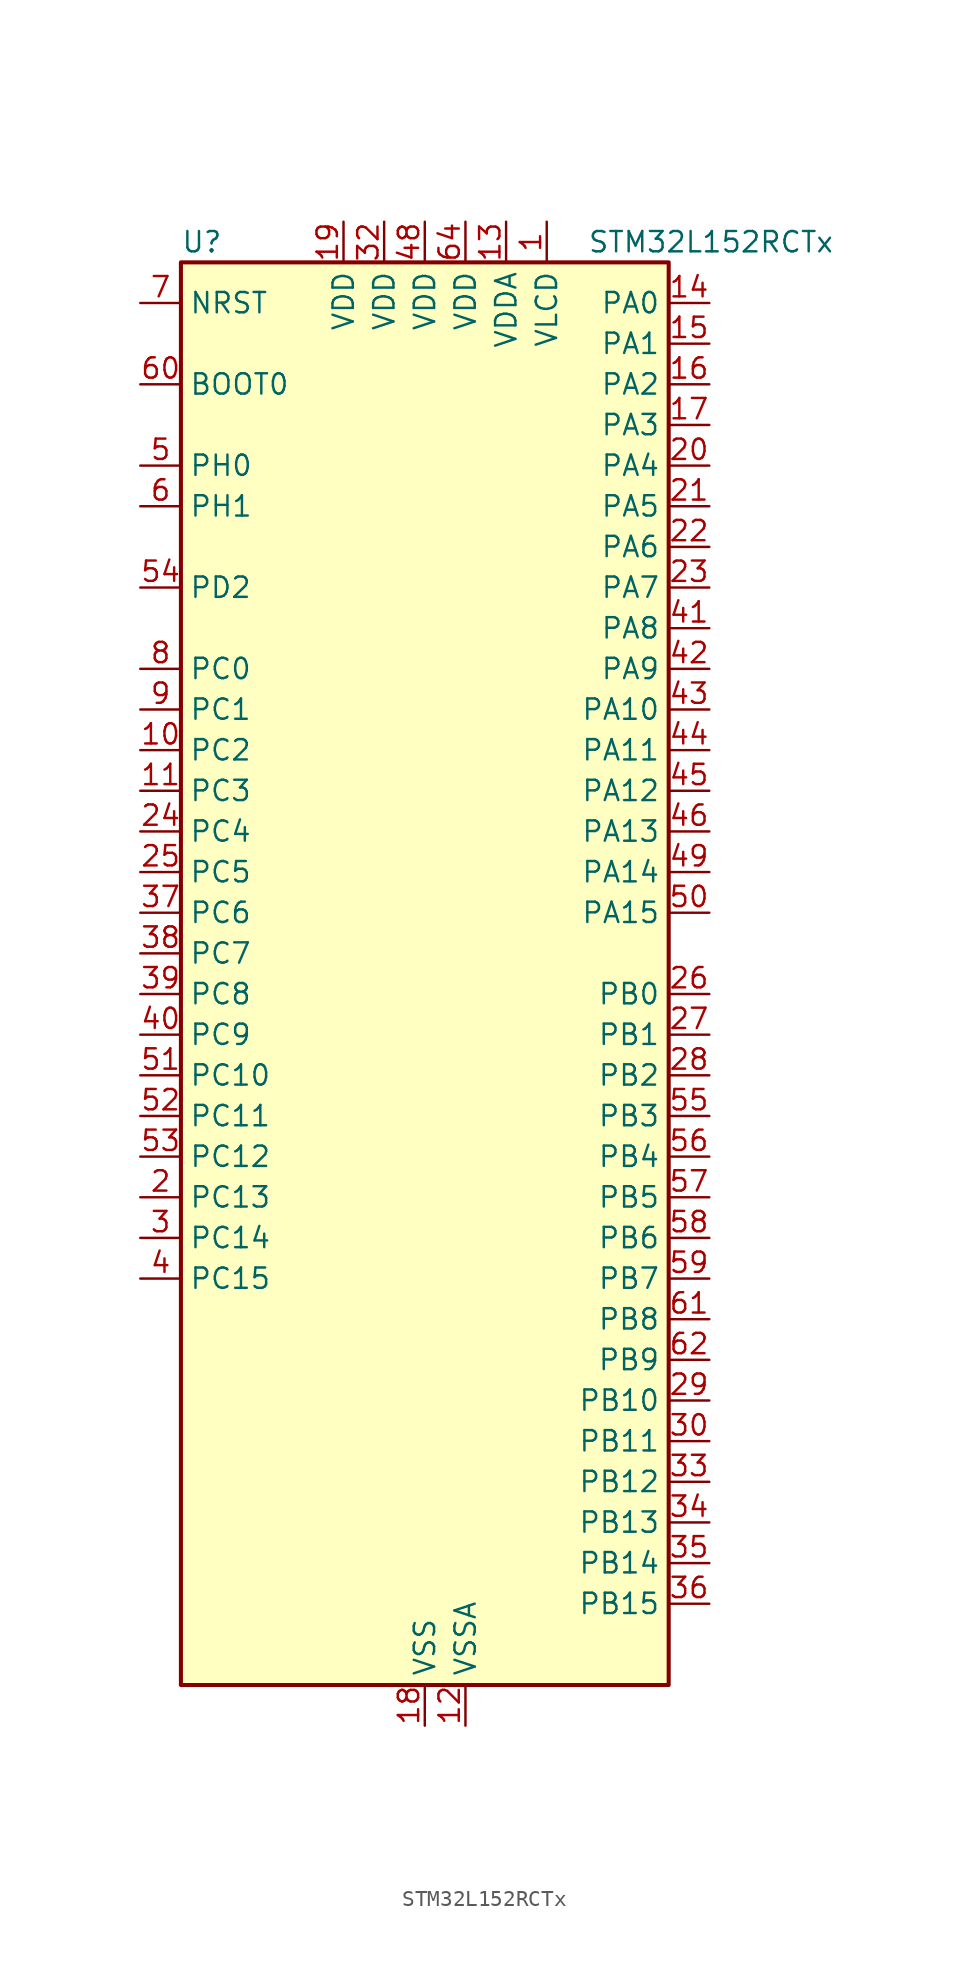
<source format=kicad_sym>
(kicad_symbol_lib
  (version 20231120)
  (generator "kicad-library-utils")
  (generator_version "8.0")
  (symbol "STM32L152RCTx"
    (property "Reference" "U"
      (at -15.24 46.99 0)
      (effects (font (size 1.27 1.27)) (justify left)))
    (property "Value" "STM32L152RCTx"
      (at 10.16 46.99 0)
      (effects (font (size 1.27 1.27)) (justify left)))
    (symbol "STM32L152RCTx_0_1"
      (rectangle (start -15.24 -43.18) (end 15.24 45.72) (stroke (width 0.254) (type default)) (fill (type background))))
    (symbol "STM32L152RCTx_1_1"
      (pin power_in line (at 7.62 48.26 270) (length 2.54) (name "VLCD" (effects (font (size 1.27 1.27)))) (number "1" (effects (font (size 1.27 1.27)))))
      (pin bidirectional line (at -17.78 15.24 0) (length 2.54) (name "PC2" (effects (font (size 1.27 1.27)))) (number "10" (effects (font (size 1.27 1.27)))) (alternate "ADC_IN12" bidirectional line) (alternate "COMP1_INP" bidirectional line) (alternate "LCD_SEG20" bidirectional line) (alternate "TIMX_IC3" bidirectional line) (alternate "TS_G8_IO3" bidirectional line))
      (pin bidirectional line (at -17.78 12.7 0) (length 2.54) (name "PC3" (effects (font (size 1.27 1.27)))) (number "11" (effects (font (size 1.27 1.27)))) (alternate "ADC_IN13" bidirectional line) (alternate "COMP1_INP" bidirectional line) (alternate "LCD_SEG21" bidirectional line) (alternate "TIMX_IC4" bidirectional line) (alternate "TS_G8_IO4" bidirectional line))
      (pin power_in line (at 2.54 -45.72 90) (length 2.54) (name "VSSA" (effects (font (size 1.27 1.27)))) (number "12" (effects (font (size 1.27 1.27)))))
      (pin power_in line (at 5.08 48.26 270) (length 2.54) (name "VDDA" (effects (font (size 1.27 1.27)))) (number "13" (effects (font (size 1.27 1.27)))))
      (pin bidirectional line (at 17.78 43.18 180) (length 2.54) (name "PA0" (effects (font (size 1.27 1.27)))) (number "14" (effects (font (size 1.27 1.27)))) (alternate "ADC_IN0" bidirectional line) (alternate "COMP1_INP" bidirectional line) (alternate "RTC_TAMP2" bidirectional line) (alternate "SYS_WKUP1" bidirectional line) (alternate "TIM2_CH1" bidirectional line) (alternate "TIM2_ETR" bidirectional line) (alternate "TIM5_CH1" bidirectional line) (alternate "TIMX_IC1" bidirectional line) (alternate "TS_G1_IO1" bidirectional line) (alternate "USART2_CTS" bidirectional line))
      (pin bidirectional line (at 17.78 40.64 180) (length 2.54) (name "PA1" (effects (font (size 1.27 1.27)))) (number "15" (effects (font (size 1.27 1.27)))) (alternate "ADC_IN1" bidirectional line) (alternate "COMP1_INP" bidirectional line) (alternate "LCD_SEG0" bidirectional line) (alternate "OPAMP1_VINP" bidirectional line) (alternate "TIM2_CH2" bidirectional line) (alternate "TIM5_CH2" bidirectional line) (alternate "TIMX_IC2" bidirectional line) (alternate "TS_G1_IO2" bidirectional line) (alternate "USART2_RTS" bidirectional line))
      (pin bidirectional line (at 17.78 38.1 180) (length 2.54) (name "PA2" (effects (font (size 1.27 1.27)))) (number "16" (effects (font (size 1.27 1.27)))) (alternate "ADC_IN2" bidirectional line) (alternate "COMP1_INP" bidirectional line) (alternate "LCD_SEG1" bidirectional line) (alternate "OPAMP1_VINM" bidirectional line) (alternate "TIM2_CH3" bidirectional line) (alternate "TIM5_CH3" bidirectional line) (alternate "TIM9_CH1" bidirectional line) (alternate "TIMX_IC3" bidirectional line) (alternate "TS_G1_IO3" bidirectional line) (alternate "USART2_TX" bidirectional line))
      (pin bidirectional line (at 17.78 35.56 180) (length 2.54) (name "PA3" (effects (font (size 1.27 1.27)))) (number "17" (effects (font (size 1.27 1.27)))) (alternate "ADC_IN3" bidirectional line) (alternate "COMP1_INP" bidirectional line) (alternate "LCD_SEG2" bidirectional line) (alternate "OPAMP1_VOUT" bidirectional line) (alternate "TIM2_CH4" bidirectional line) (alternate "TIM5_CH4" bidirectional line) (alternate "TIM9_CH2" bidirectional line) (alternate "TIMX_IC4" bidirectional line) (alternate "TS_G1_IO4" bidirectional line) (alternate "USART2_RX" bidirectional line))
      (pin power_in line (at 0 -45.72 90) (length 2.54) (name "VSS" (effects (font (size 1.27 1.27)))) (number "18" (effects (font (size 1.27 1.27)))))
      (pin power_in line (at -5.08 48.26 270) (length 2.54) (name "VDD" (effects (font (size 1.27 1.27)))) (number "19" (effects (font (size 1.27 1.27)))))
      (pin bidirectional line (at -17.78 -12.7 0) (length 2.54) (name "PC13" (effects (font (size 1.27 1.27)))) (number "2" (effects (font (size 1.27 1.27)))) (alternate "RTC_OUT_ALARM" bidirectional line) (alternate "RTC_OUT_CALIB" bidirectional line) (alternate "RTC_TAMP1" bidirectional line) (alternate "RTC_TS" bidirectional line) (alternate "SYS_WKUP2" bidirectional line) (alternate "TIMX_IC2" bidirectional line))
      (pin bidirectional line (at 17.78 33.02 180) (length 2.54) (name "PA4" (effects (font (size 1.27 1.27)))) (number "20" (effects (font (size 1.27 1.27)))) (alternate "ADC_IN4" bidirectional line) (alternate "COMP1_INP" bidirectional line) (alternate "DAC_OUT1" bidirectional line) (alternate "I2S3_WS" bidirectional line) (alternate "SPI1_NSS" bidirectional line) (alternate "SPI3_NSS" bidirectional line) (alternate "TIMX_IC1" bidirectional line) (alternate "USART2_CK" bidirectional line))
      (pin bidirectional line (at 17.78 30.48 180) (length 2.54) (name "PA5" (effects (font (size 1.27 1.27)))) (number "21" (effects (font (size 1.27 1.27)))) (alternate "ADC_IN5" bidirectional line) (alternate "COMP1_INP" bidirectional line) (alternate "DAC_OUT2" bidirectional line) (alternate "SPI1_SCK" bidirectional line) (alternate "TIM2_CH1" bidirectional line) (alternate "TIM2_ETR" bidirectional line) (alternate "TIMX_IC2" bidirectional line))
      (pin bidirectional line (at 17.78 27.94 180) (length 2.54) (name "PA6" (effects (font (size 1.27 1.27)))) (number "22" (effects (font (size 1.27 1.27)))) (alternate "ADC_IN6" bidirectional line) (alternate "COMP1_INP" bidirectional line) (alternate "LCD_SEG3" bidirectional line) (alternate "OPAMP2_VINP" bidirectional line) (alternate "SPI1_MISO" bidirectional line) (alternate "TIM10_CH1" bidirectional line) (alternate "TIM3_CH1" bidirectional line) (alternate "TIMX_IC3" bidirectional line) (alternate "TS_G2_IO1" bidirectional line))
      (pin bidirectional line (at 17.78 25.4 180) (length 2.54) (name "PA7" (effects (font (size 1.27 1.27)))) (number "23" (effects (font (size 1.27 1.27)))) (alternate "ADC_IN7" bidirectional line) (alternate "COMP1_INP" bidirectional line) (alternate "LCD_SEG4" bidirectional line) (alternate "OPAMP2_VINM" bidirectional line) (alternate "SPI1_MOSI" bidirectional line) (alternate "TIM11_CH1" bidirectional line) (alternate "TIM3_CH2" bidirectional line) (alternate "TIMX_IC4" bidirectional line) (alternate "TS_G2_IO2" bidirectional line))
      (pin bidirectional line (at -17.78 10.16 0) (length 2.54) (name "PC4" (effects (font (size 1.27 1.27)))) (number "24" (effects (font (size 1.27 1.27)))) (alternate "ADC_IN14" bidirectional line) (alternate "COMP1_INP" bidirectional line) (alternate "LCD_SEG22" bidirectional line) (alternate "TIMX_IC1" bidirectional line) (alternate "TS_G9_IO1" bidirectional line))
      (pin bidirectional line (at -17.78 7.62 0) (length 2.54) (name "PC5" (effects (font (size 1.27 1.27)))) (number "25" (effects (font (size 1.27 1.27)))) (alternate "ADC_IN15" bidirectional line) (alternate "COMP1_INP" bidirectional line) (alternate "LCD_SEG23" bidirectional line) (alternate "TIMX_IC2" bidirectional line) (alternate "TS_G9_IO2" bidirectional line))
      (pin bidirectional line (at 17.78 0 180) (length 2.54) (name "PB0" (effects (font (size 1.27 1.27)))) (number "26" (effects (font (size 1.27 1.27)))) (alternate "ADC_IN8" bidirectional line) (alternate "COMP1_INP" bidirectional line) (alternate "LCD_SEG5" bidirectional line) (alternate "OPAMP2_VOUT" bidirectional line) (alternate "SYS_V_REF_OUT" bidirectional line) (alternate "TIM3_CH3" bidirectional line) (alternate "TS_G3_IO1" bidirectional line))
      (pin bidirectional line (at 17.78 -2.54 180) (length 2.54) (name "PB1" (effects (font (size 1.27 1.27)))) (number "27" (effects (font (size 1.27 1.27)))) (alternate "ADC_IN9" bidirectional line) (alternate "COMP1_INP" bidirectional line) (alternate "LCD_SEG6" bidirectional line) (alternate "SYS_V_REF_OUT" bidirectional line) (alternate "TIM3_CH4" bidirectional line) (alternate "TS_G3_IO2" bidirectional line))
      (pin bidirectional line (at 17.78 -5.08 180) (length 2.54) (name "PB2" (effects (font (size 1.27 1.27)))) (number "28" (effects (font (size 1.27 1.27)))) (alternate "TS_G3_IO3" bidirectional line))
      (pin bidirectional line (at 17.78 -25.4 180) (length 2.54) (name "PB10" (effects (font (size 1.27 1.27)))) (number "29" (effects (font (size 1.27 1.27)))) (alternate "I2C2_SCL" bidirectional line) (alternate "LCD_SEG10" bidirectional line) (alternate "TIM2_CH3" bidirectional line) (alternate "USART3_TX" bidirectional line))
      (pin bidirectional line (at -17.78 -15.24 0) (length 2.54) (name "PC14" (effects (font (size 1.27 1.27)))) (number "3" (effects (font (size 1.27 1.27)))) (alternate "RCC_OSC32_IN" bidirectional line) (alternate "TIMX_IC3" bidirectional line))
      (pin bidirectional line (at 17.78 -27.94 180) (length 2.54) (name "PB11" (effects (font (size 1.27 1.27)))) (number "30" (effects (font (size 1.27 1.27)))) (alternate "ADC_EXTI11" bidirectional line) (alternate "I2C2_SDA" bidirectional line) (alternate "LCD_SEG11" bidirectional line) (alternate "TIM2_CH4" bidirectional line) (alternate "USART3_RX" bidirectional line))
      (pin passive line (at 0 -45.72 90) (length 2.54) hide (name "VSS" (effects (font (size 1.27 1.27)))) (number "31" (effects (font (size 1.27 1.27)))))
      (pin power_in line (at -2.54 48.26 270) (length 2.54) (name "VDD" (effects (font (size 1.27 1.27)))) (number "32" (effects (font (size 1.27 1.27)))))
      (pin bidirectional line (at 17.78 -30.48 180) (length 2.54) (name "PB12" (effects (font (size 1.27 1.27)))) (number "33" (effects (font (size 1.27 1.27)))) (alternate "ADC_IN18" bidirectional line) (alternate "COMP1_INP" bidirectional line) (alternate "I2C2_SMBA" bidirectional line) (alternate "I2S2_WS" bidirectional line) (alternate "LCD_SEG12" bidirectional line) (alternate "SPI2_NSS" bidirectional line) (alternate "TIM10_CH1" bidirectional line) (alternate "TS_G7_IO1" bidirectional line) (alternate "USART3_CK" bidirectional line))
      (pin bidirectional line (at 17.78 -33.02 180) (length 2.54) (name "PB13" (effects (font (size 1.27 1.27)))) (number "34" (effects (font (size 1.27 1.27)))) (alternate "ADC_IN19" bidirectional line) (alternate "COMP1_INP" bidirectional line) (alternate "I2S2_CK" bidirectional line) (alternate "LCD_SEG13" bidirectional line) (alternate "SPI2_SCK" bidirectional line) (alternate "TIM9_CH1" bidirectional line) (alternate "TS_G7_IO2" bidirectional line) (alternate "USART3_CTS" bidirectional line))
      (pin bidirectional line (at 17.78 -35.56 180) (length 2.54) (name "PB14" (effects (font (size 1.27 1.27)))) (number "35" (effects (font (size 1.27 1.27)))) (alternate "ADC_IN20" bidirectional line) (alternate "COMP1_INP" bidirectional line) (alternate "LCD_SEG14" bidirectional line) (alternate "SPI2_MISO" bidirectional line) (alternate "TIM9_CH2" bidirectional line) (alternate "TS_G7_IO3" bidirectional line) (alternate "USART3_RTS" bidirectional line))
      (pin bidirectional line (at 17.78 -38.1 180) (length 2.54) (name "PB15" (effects (font (size 1.27 1.27)))) (number "36" (effects (font (size 1.27 1.27)))) (alternate "ADC_EXTI15" bidirectional line) (alternate "ADC_IN21" bidirectional line) (alternate "COMP1_INP" bidirectional line) (alternate "I2S2_SD" bidirectional line) (alternate "LCD_SEG15" bidirectional line) (alternate "RTC_REFIN" bidirectional line) (alternate "SPI2_MOSI" bidirectional line) (alternate "TIM11_CH1" bidirectional line) (alternate "TS_G7_IO4" bidirectional line))
      (pin bidirectional line (at -17.78 5.08 0) (length 2.54) (name "PC6" (effects (font (size 1.27 1.27)))) (number "37" (effects (font (size 1.27 1.27)))) (alternate "I2S2_MCK" bidirectional line) (alternate "LCD_SEG24" bidirectional line) (alternate "TIM3_CH1" bidirectional line) (alternate "TIMX_IC3" bidirectional line) (alternate "TS_G10_IO1" bidirectional line))
      (pin bidirectional line (at -17.78 2.54 0) (length 2.54) (name "PC7" (effects (font (size 1.27 1.27)))) (number "38" (effects (font (size 1.27 1.27)))) (alternate "I2S3_MCK" bidirectional line) (alternate "LCD_SEG25" bidirectional line) (alternate "TIM3_CH2" bidirectional line) (alternate "TIMX_IC4" bidirectional line) (alternate "TS_G10_IO2" bidirectional line))
      (pin bidirectional line (at -17.78 0 0) (length 2.54) (name "PC8" (effects (font (size 1.27 1.27)))) (number "39" (effects (font (size 1.27 1.27)))) (alternate "LCD_SEG26" bidirectional line) (alternate "TIM3_CH3" bidirectional line) (alternate "TIMX_IC1" bidirectional line) (alternate "TS_G10_IO3" bidirectional line))
      (pin bidirectional line (at -17.78 -17.78 0) (length 2.54) (name "PC15" (effects (font (size 1.27 1.27)))) (number "4" (effects (font (size 1.27 1.27)))) (alternate "ADC_EXTI15" bidirectional line) (alternate "RCC_OSC32_OUT" bidirectional line) (alternate "TIMX_IC4" bidirectional line))
      (pin bidirectional line (at -17.78 -2.54 0) (length 2.54) (name "PC9" (effects (font (size 1.27 1.27)))) (number "40" (effects (font (size 1.27 1.27)))) (alternate "DAC_EXTI9" bidirectional line) (alternate "LCD_SEG27" bidirectional line) (alternate "TIM3_CH4" bidirectional line) (alternate "TIMX_IC2" bidirectional line) (alternate "TS_G10_IO4" bidirectional line))
      (pin bidirectional line (at 17.78 22.86 180) (length 2.54) (name "PA8" (effects (font (size 1.27 1.27)))) (number "41" (effects (font (size 1.27 1.27)))) (alternate "LCD_COM0" bidirectional line) (alternate "RCC_MCO" bidirectional line) (alternate "TIMX_IC1" bidirectional line) (alternate "TS_G4_IO1" bidirectional line) (alternate "USART1_CK" bidirectional line))
      (pin bidirectional line (at 17.78 20.32 180) (length 2.54) (name "PA9" (effects (font (size 1.27 1.27)))) (number "42" (effects (font (size 1.27 1.27)))) (alternate "DAC_EXTI9" bidirectional line) (alternate "LCD_COM1" bidirectional line) (alternate "TIMX_IC2" bidirectional line) (alternate "TS_G4_IO2" bidirectional line) (alternate "USART1_TX" bidirectional line))
      (pin bidirectional line (at 17.78 17.78 180) (length 2.54) (name "PA10" (effects (font (size 1.27 1.27)))) (number "43" (effects (font (size 1.27 1.27)))) (alternate "LCD_COM2" bidirectional line) (alternate "TIMX_IC3" bidirectional line) (alternate "TS_G4_IO3" bidirectional line) (alternate "USART1_RX" bidirectional line))
      (pin bidirectional line (at 17.78 15.24 180) (length 2.54) (name "PA11" (effects (font (size 1.27 1.27)))) (number "44" (effects (font (size 1.27 1.27)))) (alternate "ADC_EXTI11" bidirectional line) (alternate "SPI1_MISO" bidirectional line) (alternate "TIMX_IC4" bidirectional line) (alternate "USART1_CTS" bidirectional line) (alternate "USB_DM" bidirectional line))
      (pin bidirectional line (at 17.78 12.7 180) (length 2.54) (name "PA12" (effects (font (size 1.27 1.27)))) (number "45" (effects (font (size 1.27 1.27)))) (alternate "SPI1_MOSI" bidirectional line) (alternate "TIMX_IC1" bidirectional line) (alternate "USART1_RTS" bidirectional line) (alternate "USB_DP" bidirectional line))
      (pin bidirectional line (at 17.78 10.16 180) (length 2.54) (name "PA13" (effects (font (size 1.27 1.27)))) (number "46" (effects (font (size 1.27 1.27)))) (alternate "SYS_JTMS-SWDIO" bidirectional line) (alternate "TIMX_IC2" bidirectional line) (alternate "TS_G5_IO1" bidirectional line))
      (pin passive line (at 0 -45.72 90) (length 2.54) hide (name "VSS" (effects (font (size 1.27 1.27)))) (number "47" (effects (font (size 1.27 1.27)))))
      (pin power_in line (at 0 48.26 270) (length 2.54) (name "VDD" (effects (font (size 1.27 1.27)))) (number "48" (effects (font (size 1.27 1.27)))))
      (pin bidirectional line (at 17.78 7.62 180) (length 2.54) (name "PA14" (effects (font (size 1.27 1.27)))) (number "49" (effects (font (size 1.27 1.27)))) (alternate "SYS_JTCK-SWCLK" bidirectional line) (alternate "TIMX_IC3" bidirectional line) (alternate "TS_G5_IO2" bidirectional line))
      (pin bidirectional line (at -17.78 33.02 0) (length 2.54) (name "PH0" (effects (font (size 1.27 1.27)))) (number "5" (effects (font (size 1.27 1.27)))) (alternate "RCC_OSC_IN" bidirectional line))
      (pin bidirectional line (at 17.78 5.08 180) (length 2.54) (name "PA15" (effects (font (size 1.27 1.27)))) (number "50" (effects (font (size 1.27 1.27)))) (alternate "ADC_EXTI15" bidirectional line) (alternate "I2S3_WS" bidirectional line) (alternate "LCD_SEG17" bidirectional line) (alternate "SPI1_NSS" bidirectional line) (alternate "SPI3_NSS" bidirectional line) (alternate "SYS_JTDI" bidirectional line) (alternate "TIM2_CH1" bidirectional line) (alternate "TIM2_ETR" bidirectional line) (alternate "TIMX_IC4" bidirectional line) (alternate "TS_G5_IO3" bidirectional line))
      (pin bidirectional line (at -17.78 -5.08 0) (length 2.54) (name "PC10" (effects (font (size 1.27 1.27)))) (number "51" (effects (font (size 1.27 1.27)))) (alternate "I2S3_CK" bidirectional line) (alternate "LCD_COM4" bidirectional line) (alternate "LCD_SEG28" bidirectional line) (alternate "SPI3_SCK" bidirectional line) (alternate "TIMX_IC3" bidirectional line) (alternate "USART3_TX" bidirectional line))
      (pin bidirectional line (at -17.78 -7.62 0) (length 2.54) (name "PC11" (effects (font (size 1.27 1.27)))) (number "52" (effects (font (size 1.27 1.27)))) (alternate "ADC_EXTI11" bidirectional line) (alternate "LCD_COM5" bidirectional line) (alternate "LCD_SEG29" bidirectional line) (alternate "SPI3_MISO" bidirectional line) (alternate "TIMX_IC4" bidirectional line) (alternate "USART3_RX" bidirectional line))
      (pin bidirectional line (at -17.78 -10.16 0) (length 2.54) (name "PC12" (effects (font (size 1.27 1.27)))) (number "53" (effects (font (size 1.27 1.27)))) (alternate "I2S3_SD" bidirectional line) (alternate "LCD_COM6" bidirectional line) (alternate "LCD_SEG30" bidirectional line) (alternate "SPI3_MOSI" bidirectional line) (alternate "TIMX_IC1" bidirectional line) (alternate "USART3_CK" bidirectional line))
      (pin bidirectional line (at -17.78 25.4 0) (length 2.54) (name "PD2" (effects (font (size 1.27 1.27)))) (number "54" (effects (font (size 1.27 1.27)))) (alternate "LCD_COM7" bidirectional line) (alternate "LCD_SEG31" bidirectional line) (alternate "TIM3_ETR" bidirectional line) (alternate "TIMX_IC3" bidirectional line))
      (pin bidirectional line (at 17.78 -7.62 180) (length 2.54) (name "PB3" (effects (font (size 1.27 1.27)))) (number "55" (effects (font (size 1.27 1.27)))) (alternate "COMP2_INM" bidirectional line) (alternate "I2S3_CK" bidirectional line) (alternate "LCD_SEG7" bidirectional line) (alternate "SPI1_SCK" bidirectional line) (alternate "SPI3_SCK" bidirectional line) (alternate "SYS_JTDO-TRACESWO" bidirectional line) (alternate "TIM2_CH2" bidirectional line))
      (pin bidirectional line (at 17.78 -10.16 180) (length 2.54) (name "PB4" (effects (font (size 1.27 1.27)))) (number "56" (effects (font (size 1.27 1.27)))) (alternate "COMP2_INP" bidirectional line) (alternate "LCD_SEG8" bidirectional line) (alternate "SPI1_MISO" bidirectional line) (alternate "SPI3_MISO" bidirectional line) (alternate "SYS_JTRST" bidirectional line) (alternate "TIM3_CH1" bidirectional line) (alternate "TS_G6_IO1" bidirectional line))
      (pin bidirectional line (at 17.78 -12.7 180) (length 2.54) (name "PB5" (effects (font (size 1.27 1.27)))) (number "57" (effects (font (size 1.27 1.27)))) (alternate "COMP2_INP" bidirectional line) (alternate "I2C1_SMBA" bidirectional line) (alternate "I2S3_SD" bidirectional line) (alternate "LCD_SEG9" bidirectional line) (alternate "SPI1_MOSI" bidirectional line) (alternate "SPI3_MOSI" bidirectional line) (alternate "TIM3_CH2" bidirectional line) (alternate "TS_G6_IO2" bidirectional line))
      (pin bidirectional line (at 17.78 -15.24 180) (length 2.54) (name "PB6" (effects (font (size 1.27 1.27)))) (number "58" (effects (font (size 1.27 1.27)))) (alternate "COMP2_INP" bidirectional line) (alternate "I2C1_SCL" bidirectional line) (alternate "TIM4_CH1" bidirectional line) (alternate "TS_G6_IO3" bidirectional line) (alternate "USART1_TX" bidirectional line))
      (pin bidirectional line (at 17.78 -17.78 180) (length 2.54) (name "PB7" (effects (font (size 1.27 1.27)))) (number "59" (effects (font (size 1.27 1.27)))) (alternate "COMP2_INP" bidirectional line) (alternate "I2C1_SDA" bidirectional line) (alternate "SYS_PVD_IN" bidirectional line) (alternate "TIM4_CH2" bidirectional line) (alternate "TS_G6_IO4" bidirectional line) (alternate "USART1_RX" bidirectional line))
      (pin bidirectional line (at -17.78 30.48 0) (length 2.54) (name "PH1" (effects (font (size 1.27 1.27)))) (number "6" (effects (font (size 1.27 1.27)))) (alternate "RCC_OSC_OUT" bidirectional line))
      (pin input line (at -17.78 38.1 0) (length 2.54) (name "BOOT0" (effects (font (size 1.27 1.27)))) (number "60" (effects (font (size 1.27 1.27)))))
      (pin bidirectional line (at 17.78 -20.32 180) (length 2.54) (name "PB8" (effects (font (size 1.27 1.27)))) (number "61" (effects (font (size 1.27 1.27)))) (alternate "I2C1_SCL" bidirectional line) (alternate "LCD_SEG16" bidirectional line) (alternate "TIM10_CH1" bidirectional line) (alternate "TIM4_CH3" bidirectional line))
      (pin bidirectional line (at 17.78 -22.86 180) (length 2.54) (name "PB9" (effects (font (size 1.27 1.27)))) (number "62" (effects (font (size 1.27 1.27)))) (alternate "DAC_EXTI9" bidirectional line) (alternate "I2C1_SDA" bidirectional line) (alternate "LCD_COM3" bidirectional line) (alternate "TIM11_CH1" bidirectional line) (alternate "TIM4_CH4" bidirectional line))
      (pin passive line (at 0 -45.72 90) (length 2.54) hide (name "VSS" (effects (font (size 1.27 1.27)))) (number "63" (effects (font (size 1.27 1.27)))))
      (pin power_in line (at 2.54 48.26 270) (length 2.54) (name "VDD" (effects (font (size 1.27 1.27)))) (number "64" (effects (font (size 1.27 1.27)))))
      (pin input line (at -17.78 43.18 0) (length 2.54) (name "NRST" (effects (font (size 1.27 1.27)))) (number "7" (effects (font (size 1.27 1.27)))))
      (pin bidirectional line (at -17.78 20.32 0) (length 2.54) (name "PC0" (effects (font (size 1.27 1.27)))) (number "8" (effects (font (size 1.27 1.27)))) (alternate "ADC_IN10" bidirectional line) (alternate "COMP1_INP" bidirectional line) (alternate "LCD_SEG18" bidirectional line) (alternate "TIMX_IC1" bidirectional line) (alternate "TS_G8_IO1" bidirectional line))
      (pin bidirectional line (at -17.78 17.78 0) (length 2.54) (name "PC1" (effects (font (size 1.27 1.27)))) (number "9" (effects (font (size 1.27 1.27)))) (alternate "ADC_IN11" bidirectional line) (alternate "COMP1_INP" bidirectional line) (alternate "LCD_SEG19" bidirectional line) (alternate "TIMX_IC2" bidirectional line) (alternate "TS_G8_IO2" bidirectional line)))))
</source>
